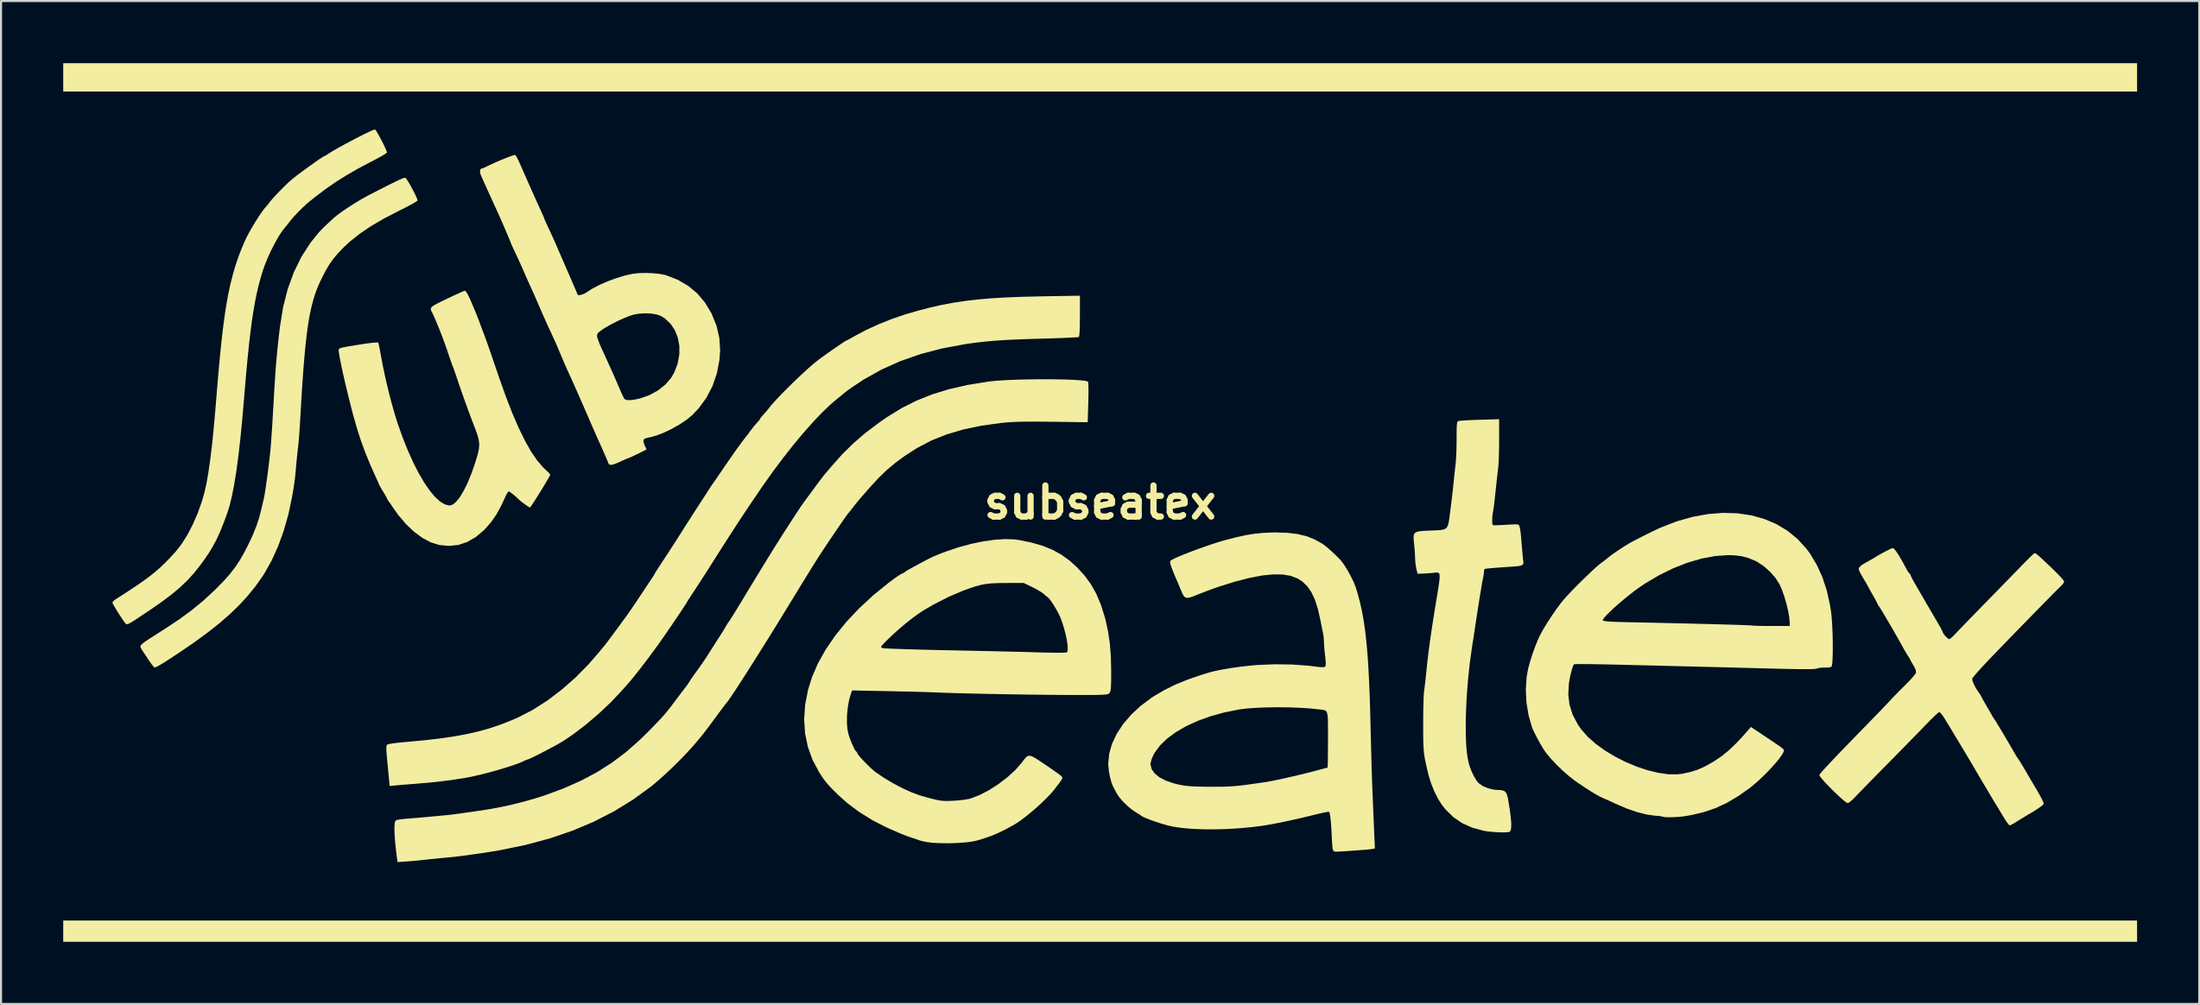
<source format=kicad_pcb>
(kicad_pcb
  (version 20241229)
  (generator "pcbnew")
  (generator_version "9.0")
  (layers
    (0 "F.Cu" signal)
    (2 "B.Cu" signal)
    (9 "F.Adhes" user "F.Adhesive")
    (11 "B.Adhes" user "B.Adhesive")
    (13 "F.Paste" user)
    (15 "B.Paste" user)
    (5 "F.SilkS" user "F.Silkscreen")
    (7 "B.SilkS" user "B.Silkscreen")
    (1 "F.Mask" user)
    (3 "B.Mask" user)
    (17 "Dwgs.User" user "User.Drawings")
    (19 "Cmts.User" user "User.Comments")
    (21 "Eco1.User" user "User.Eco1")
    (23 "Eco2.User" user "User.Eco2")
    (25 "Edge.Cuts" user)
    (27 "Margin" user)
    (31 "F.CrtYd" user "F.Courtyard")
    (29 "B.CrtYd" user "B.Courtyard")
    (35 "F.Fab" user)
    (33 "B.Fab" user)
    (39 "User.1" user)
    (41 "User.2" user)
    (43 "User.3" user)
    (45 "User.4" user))
  (footprint "subseatex"
    (layer "F.Cu")
    (at 50.018 21.199)
    (property "Reference" "subseatex" (at 0 0 0) (layer "F.SilkS") (effects (font (size 1.5 1.5) (thickness 0.3))))
    (attr board_only exclude_from_pos_files exclude_from_bom)
    (fp_poly (pts (xy 50.018 -20.515) (xy 50.018 -19.832) (xy 0 -19.832) (xy -50.018 -19.832) (xy -50.018 -20.515) (xy -50.018 -21.199) (xy 0 -21.199) (xy 50.018 -21.199)) (stroke (width 0) (type solid)) (fill yes) (layer "F.SilkS"))
    (fp_poly (pts (xy 50.018 20.686) (xy 50.018 21.199) (xy 0 21.199) (xy -50.018 21.199) (xy -50.018 20.686) (xy -50.018 20.173) (xy 0 20.173) (xy 50.018 20.173)) (stroke (width 0) (type solid)) (fill yes) (layer "F.SilkS"))
    (fp_poly (pts (xy -33.519 -15.67) (xy -33.471 -15.624) (xy -33.394 -15.51) (xy -33.297 -15.349) (xy -33.193 -15.162) (xy -33.092 -14.97) (xy -33.007 -14.793) (xy -32.948 -14.653) (xy -32.926 -14.574) (xy -32.967 -14.537) (xy -33.083 -14.465) (xy -33.261 -14.365) (xy -33.489 -14.245) (xy -33.754 -14.111) (xy -33.838 -14.07) (xy -34.558 -13.696) (xy -35.188 -13.327) (xy -35.735 -12.955) (xy -36.207 -12.577) (xy -36.493 -12.309) (xy -36.767 -12.023) (xy -36.988 -11.76) (xy -37.179 -11.491) (xy -37.36 -11.187) (xy -37.535 -10.85) (xy -37.662 -10.584) (xy -37.776 -10.313) (xy -37.879 -10.028) (xy -37.971 -9.724) (xy -38.055 -9.394) (xy -38.131 -9.029) (xy -38.201 -8.624) (xy -38.264 -8.171) (xy -38.323 -7.663) (xy -38.378 -7.094) (xy -38.431 -6.456) (xy -38.482 -5.742) (xy -38.533 -4.945) (xy -38.584 -4.058) (xy -38.59 -3.947) (xy -38.61 -3.627) (xy -38.632 -3.31) (xy -38.655 -3.021) (xy -38.677 -2.785) (xy -38.691 -2.662) (xy -38.717 -2.438) (xy -38.746 -2.161) (xy -38.774 -1.875) (xy -38.786 -1.734) (xy -38.808 -1.478) (xy -38.828 -1.27) (xy -38.85 -1.083) (xy -38.877 -0.89) (xy -38.912 -0.665) (xy -38.961 -0.382) (xy -38.984 -0.244) (xy -39.156 0.57) (xy -39.381 1.361) (xy -39.653 2.111) (xy -39.967 2.806) (xy -40.317 3.427) (xy -40.423 3.59) (xy -40.765 4.068) (xy -41.135 4.523) (xy -41.541 4.965) (xy -41.994 5.401) (xy -42.5 5.84) (xy -43.071 6.29) (xy -43.714 6.759) (xy -44.439 7.256) (xy -44.45 7.263) (xy -44.819 7.506) (xy -45.113 7.695) (xy -45.336 7.832) (xy -45.493 7.919) (xy -45.588 7.959) (xy -45.609 7.962) (xy -45.657 7.924) (xy -45.741 7.822) (xy -45.848 7.675) (xy -45.892 7.608) (xy -46.011 7.427) (xy -46.121 7.263) (xy -46.201 7.143) (xy -46.216 7.121) (xy -46.288 6.998) (xy -46.292 6.913) (xy -46.221 6.831) (xy -46.172 6.791) (xy -46.114 6.747) (xy -46.051 6.701) (xy -45.972 6.647) (xy -45.864 6.576) (xy -45.714 6.48) (xy -45.511 6.35) (xy -45.242 6.179) (xy -45.127 6.106) (xy -44.439 5.65) (xy -43.824 5.199) (xy -43.259 4.735) (xy -42.723 4.24) (xy -42.636 4.155) (xy -42.275 3.785) (xy -41.976 3.448) (xy -41.722 3.119) (xy -41.493 2.774) (xy -41.274 2.389) (xy -41.108 2.066) (xy -40.879 1.58) (xy -40.701 1.141) (xy -40.563 0.718) (xy -40.472 0.366) (xy -40.424 0.161) (xy -40.378 -0.037) (xy -40.346 -0.171) (xy -40.315 -0.322) (xy -40.277 -0.551) (xy -40.234 -0.839) (xy -40.187 -1.168) (xy -40.141 -1.517) (xy -40.097 -1.87) (xy -40.057 -2.205) (xy -40.026 -2.505) (xy -40.009 -2.687) (xy -39.992 -2.908) (xy -39.971 -3.205) (xy -39.947 -3.556) (xy -39.923 -3.941) (xy -39.9 -4.336) (xy -39.884 -4.616) (xy -39.85 -5.206) (xy -39.819 -5.716) (xy -39.79 -6.164) (xy -39.76 -6.569) (xy -39.728 -6.948) (xy -39.693 -7.319) (xy -39.654 -7.7) (xy -39.608 -8.109) (xy -39.565 -8.474) (xy -39.413 -9.42) (xy -39.189 -10.3) (xy -38.893 -11.113) (xy -38.526 -11.86) (xy -38.087 -12.541) (xy -37.709 -13.009) (xy -37.608 -13.12) (xy -37.493 -13.238) (xy -37.35 -13.377) (xy -37.162 -13.553) (xy -36.977 -13.724) (xy -36.806 -13.865) (xy -36.569 -14.038) (xy -36.288 -14.229) (xy -35.983 -14.425) (xy -35.675 -14.612) (xy -35.385 -14.777) (xy -35.267 -14.839) (xy -34.826 -15.065) (xy -34.464 -15.249) (xy -34.174 -15.395) (xy -33.947 -15.506) (xy -33.776 -15.585) (xy -33.654 -15.637) (xy -33.572 -15.664) (xy -33.525 -15.671)) (stroke (width 0) (type solid)) (fill yes) (layer "F.SilkS"))
    (fp_poly (pts (xy -34.93 -17.945) (xy -34.854 -17.822) (xy -34.76 -17.655) (xy -34.66 -17.465) (xy -34.562 -17.273) (xy -34.48 -17.099) (xy -34.423 -16.964) (xy -34.401 -16.89) (xy -34.402 -16.885) (xy -34.451 -16.844) (xy -34.573 -16.768) (xy -34.753 -16.665) (xy -34.976 -16.544) (xy -35.176 -16.44) (xy -35.795 -16.113) (xy -36.346 -15.797) (xy -36.855 -15.477) (xy -37.348 -15.136) (xy -37.851 -14.757) (xy -38.122 -14.541) (xy -38.313 -14.377) (xy -38.525 -14.177) (xy -38.735 -13.965) (xy -38.919 -13.767) (xy -39.052 -13.607) (xy -39.054 -13.604) (xy -39.167 -13.458) (xy -39.277 -13.324) (xy -39.311 -13.286) (xy -39.466 -13.088) (xy -39.64 -12.817) (xy -39.822 -12.494) (xy -40.002 -12.139) (xy -40.169 -11.772) (xy -40.312 -11.413) (xy -40.391 -11.186) (xy -40.497 -10.834) (xy -40.595 -10.471) (xy -40.685 -10.087) (xy -40.768 -9.675) (xy -40.846 -9.226) (xy -40.921 -8.732) (xy -40.992 -8.184) (xy -41.062 -7.575) (xy -41.131 -6.895) (xy -41.201 -6.138) (xy -41.273 -5.293) (xy -41.298 -4.982) (xy -41.386 -3.972) (xy -41.476 -3.057) (xy -41.57 -2.237) (xy -41.668 -1.509) (xy -41.771 -0.872) (xy -41.877 -0.325) (xy -41.988 0.136) (xy -42.104 0.51) (xy -42.107 0.517) (xy -42.289 1.007) (xy -42.457 1.423) (xy -42.624 1.787) (xy -42.801 2.12) (xy -42.997 2.442) (xy -43.225 2.776) (xy -43.428 3.053) (xy -43.712 3.41) (xy -44.017 3.745) (xy -44.356 4.07) (xy -44.741 4.397) (xy -45.186 4.736) (xy -45.703 5.1) (xy -45.867 5.211) (xy -46.185 5.424) (xy -46.433 5.589) (xy -46.62 5.71) (xy -46.756 5.793) (xy -46.85 5.844) (xy -46.914 5.869) (xy -46.956 5.872) (xy -46.987 5.86) (xy -47.006 5.846) (xy -47.058 5.785) (xy -47.147 5.659) (xy -47.258 5.491) (xy -47.38 5.3) (xy -47.497 5.108) (xy -47.597 4.936) (xy -47.628 4.88) (xy -47.642 4.824) (xy -47.611 4.767) (xy -47.52 4.693) (xy -47.394 4.609) (xy -46.912 4.299) (xy -46.502 4.027) (xy -46.152 3.785) (xy -45.848 3.561) (xy -45.58 3.346) (xy -45.332 3.13) (xy -45.095 2.903) (xy -44.854 2.654) (xy -44.598 2.374) (xy -44.592 2.369) (xy -44.306 2.003) (xy -44.027 1.558) (xy -43.765 1.053) (xy -43.528 0.507) (xy -43.326 -0.062) (xy -43.201 -0.502) (xy -43.108 -0.921) (xy -43.018 -1.436) (xy -42.93 -2.046) (xy -42.844 -2.753) (xy -42.761 -3.556) (xy -42.681 -4.457) (xy -42.644 -4.909) (xy -42.569 -5.821) (xy -42.497 -6.642) (xy -42.426 -7.383) (xy -42.354 -8.049) (xy -42.281 -8.65) (xy -42.205 -9.194) (xy -42.125 -9.688) (xy -42.04 -10.14) (xy -41.948 -10.558) (xy -41.849 -10.951) (xy -41.742 -11.327) (xy -41.638 -11.652) (xy -41.534 -11.945) (xy -41.411 -12.259) (xy -41.287 -12.555) (xy -41.185 -12.775) (xy -41.059 -13.016) (xy -40.907 -13.282) (xy -40.743 -13.554) (xy -40.58 -13.811) (xy -40.43 -14.031) (xy -40.307 -14.194) (xy -40.268 -14.239) (xy -40.179 -14.341) (xy -40.073 -14.475) (xy -40.046 -14.51) (xy -39.938 -14.642) (xy -39.777 -14.819) (xy -39.584 -15.022) (xy -39.378 -15.229) (xy -39.181 -15.42) (xy -39.042 -15.547) (xy -38.928 -15.641) (xy -38.765 -15.769) (xy -38.567 -15.918) (xy -38.348 -16.08) (xy -38.124 -16.243) (xy -37.909 -16.396) (xy -37.718 -16.529) (xy -37.566 -16.632) (xy -37.467 -16.693) (xy -37.438 -16.705) (xy -37.384 -16.731) (xy -37.279 -16.795) (xy -37.205 -16.844) (xy -37.062 -16.934) (xy -36.865 -17.05) (xy -36.629 -17.182) (xy -36.366 -17.325) (xy -36.092 -17.471) (xy -35.819 -17.613) (xy -35.563 -17.743) (xy -35.336 -17.854) (xy -35.154 -17.939) (xy -35.03 -17.991) (xy -34.978 -18.002)) (stroke (width 0) (type solid)) (fill yes) (layer "F.SilkS"))
    (fp_poly (pts (xy -30.589 -10.177) (xy -30.51 -10.049) (xy -30.411 -9.85) (xy -30.305 -9.608) (xy -30.23 -9.426) (xy -30.159 -9.258) (xy -30.117 -9.159) (xy -30.069 -9.041) (xy -30.001 -8.867) (xy -29.927 -8.672) (xy -29.918 -8.646) (xy -29.834 -8.419) (xy -29.745 -8.181) (xy -29.672 -7.986) (xy -29.612 -7.824) (xy -29.532 -7.599) (xy -29.442 -7.341) (xy -29.353 -7.083) (xy -29.256 -6.798) (xy -29.152 -6.492) (xy -29.054 -6.206) (xy -28.986 -6.008) (xy -28.664 -5.104) (xy -28.35 -4.297) (xy -28.042 -3.586) (xy -27.741 -2.972) (xy -27.447 -2.454) (xy -27.16 -2.031) (xy -26.878 -1.703) (xy -26.797 -1.625) (xy -26.666 -1.502) (xy -26.57 -1.403) (xy -26.525 -1.347) (xy -26.523 -1.343) (xy -26.548 -1.288) (xy -26.614 -1.169) (xy -26.713 -1) (xy -26.835 -0.797) (xy -26.969 -0.577) (xy -27.107 -0.355) (xy -27.238 -0.147) (xy -27.353 0.031) (xy -27.442 0.164) (xy -27.495 0.236) (xy -27.505 0.244) (xy -27.557 0.217) (xy -27.66 0.149) (xy -27.786 0.059) (xy -27.91 -0.034) (xy -28.004 -0.11) (xy -28.038 -0.142) (xy -28.116 -0.22) (xy -28.229 -0.32) (xy -28.352 -0.42) (xy -28.459 -0.499) (xy -28.524 -0.537) (xy -28.528 -0.537) (xy -28.574 -0.496) (xy -28.638 -0.391) (xy -28.678 -0.305) (xy -28.898 0.172) (xy -29.121 0.573) (xy -29.359 0.92) (xy -29.625 1.232) (xy -29.721 1.331) (xy -30.115 1.665) (xy -30.529 1.904) (xy -30.963 2.048) (xy -31.417 2.095) (xy -31.888 2.048) (xy -32.283 1.925) (xy -32.686 1.712) (xy -33.087 1.418) (xy -33.477 1.05) (xy -33.848 0.614) (xy -34.064 0.312) (xy -34.175 0.148) (xy -34.269 0.012) (xy -34.33 -0.072) (xy -34.339 -0.083) (xy -34.382 -0.151) (xy -34.388 -0.17) (xy -34.411 -0.222) (xy -34.474 -0.334) (xy -34.563 -0.485) (xy -34.583 -0.519) (xy -34.676 -0.673) (xy -34.745 -0.792) (xy -34.777 -0.853) (xy -34.778 -0.856) (xy -34.797 -0.905) (xy -34.847 -1.019) (xy -34.917 -1.173) (xy -34.921 -1.181) (xy -35.207 -1.821) (xy -35.45 -2.415) (xy -35.663 -2.997) (xy -35.855 -3.597) (xy -36.04 -4.248) (xy -36.12 -4.556) (xy -36.238 -5.022) (xy -36.349 -5.478) (xy -36.451 -5.911) (xy -36.541 -6.31) (xy -36.616 -6.664) (xy -36.675 -6.961) (xy -36.714 -7.189) (xy -36.732 -7.336) (xy -36.732 -7.357) (xy -36.726 -7.393) (xy -36.701 -7.424) (xy -36.642 -7.452) (xy -36.539 -7.48) (xy -36.377 -7.513) (xy -36.146 -7.553) (xy -35.832 -7.604) (xy -35.793 -7.61) (xy -35.445 -7.664) (xy -35.167 -7.7) (xy -34.967 -7.72) (xy -34.851 -7.721) (xy -34.824 -7.713) (xy -34.804 -7.647) (xy -34.773 -7.508) (xy -34.735 -7.317) (xy -34.708 -7.166) (xy -34.597 -6.577) (xy -34.465 -5.959) (xy -34.318 -5.338) (xy -34.163 -4.741) (xy -34.007 -4.195) (xy -33.893 -3.834) (xy -33.652 -3.154) (xy -33.4 -2.523) (xy -33.141 -1.945) (xy -32.878 -1.427) (xy -32.613 -0.974) (xy -32.351 -0.59) (xy -32.095 -0.281) (xy -31.848 -0.052) (xy -31.612 0.092) (xy -31.392 0.146) (xy -31.377 0.147) (xy -31.227 0.1) (xy -31.063 -0.036) (xy -30.889 -0.254) (xy -30.711 -0.548) (xy -30.53 -0.909) (xy -30.353 -1.331) (xy -30.182 -1.808) (xy -30.091 -2.096) (xy -30.01 -2.382) (xy -29.963 -2.615) (xy -29.951 -2.823) (xy -29.976 -3.032) (xy -30.039 -3.267) (xy -30.143 -3.554) (xy -30.188 -3.67) (xy -30.322 -4.018) (xy -30.476 -4.431) (xy -30.639 -4.883) (xy -30.803 -5.346) (xy -30.957 -5.792) (xy -31.07 -6.13) (xy -31.129 -6.302) (xy -31.181 -6.448) (xy -31.211 -6.521) (xy -31.247 -6.613) (xy -31.302 -6.768) (xy -31.366 -6.953) (xy -31.377 -6.985) (xy -31.509 -7.378) (xy -31.625 -7.706) (xy -31.733 -7.999) (xy -31.845 -8.286) (xy -31.971 -8.596) (xy -31.972 -8.597) (xy -32.064 -8.816) (xy -32.146 -9.003) (xy -32.209 -9.139) (xy -32.245 -9.204) (xy -32.246 -9.205) (xy -32.28 -9.289) (xy -32.287 -9.356) (xy -32.274 -9.4) (xy -32.227 -9.45) (xy -32.135 -9.513) (xy -31.987 -9.595) (xy -31.771 -9.704) (xy -31.485 -9.842) (xy -31.227 -9.963) (xy -30.999 -10.069) (xy -30.815 -10.152) (xy -30.692 -10.205) (xy -30.643 -10.222)) (stroke (width 0) (type solid)) (fill yes) (layer "F.SilkS"))
    (fp_poly (pts (xy 19.246 -3.024) (xy 19.243 -2.693) (xy 19.237 -2.369) (xy 19.227 -2.074) (xy 19.214 -1.832) (xy 19.2 -1.664) (xy 19.199 -1.661) (xy 19.177 -1.48) (xy 19.148 -1.23) (xy 19.116 -0.939) (xy 19.084 -0.635) (xy 19.071 -0.513) (xy 19.041 -0.235) (xy 19.011 0.018) (xy 18.985 0.227) (xy 18.963 0.371) (xy 18.955 0.415) (xy 18.929 0.567) (xy 18.914 0.74) (xy 18.91 0.905) (xy 18.918 1.032) (xy 18.939 1.091) (xy 19.001 1.098) (xy 19.14 1.097) (xy 19.333 1.09) (xy 19.54 1.078) (xy 19.767 1.065) (xy 19.961 1.057) (xy 20.098 1.056) (xy 20.156 1.061) (xy 20.198 1.092) (xy 20.231 1.161) (xy 20.259 1.28) (xy 20.284 1.465) (xy 20.309 1.727) (xy 20.319 1.856) (xy 20.341 2.118) (xy 20.364 2.379) (xy 20.385 2.604) (xy 20.397 2.721) (xy 20.411 2.832) (xy 20.417 2.916) (xy 20.402 2.978) (xy 20.356 3.022) (xy 20.266 3.053) (xy 20.122 3.075) (xy 19.911 3.093) (xy 19.622 3.113) (xy 19.394 3.128) (xy 19.122 3.148) (xy 18.885 3.167) (xy 18.7 3.185) (xy 18.583 3.199) (xy 18.551 3.206) (xy 18.521 3.268) (xy 18.513 3.348) (xy 18.501 3.471) (xy 18.473 3.631) (xy 18.464 3.675) (xy 18.441 3.788) (xy 18.406 3.984) (xy 18.362 4.248) (xy 18.31 4.567) (xy 18.253 4.926) (xy 18.193 5.312) (xy 18.132 5.71) (xy 18.072 6.106) (xy 18.072 6.106) (xy 18.043 6.3) (xy 18.005 6.549) (xy 17.964 6.809) (xy 17.947 6.912) (xy 17.832 7.731) (xy 17.741 8.588) (xy 17.676 9.447) (xy 17.64 10.272) (xy 17.634 10.722) (xy 17.639 11.236) (xy 17.655 11.667) (xy 17.684 12.029) (xy 17.727 12.335) (xy 17.786 12.601) (xy 17.83 12.749) (xy 17.925 12.996) (xy 18.042 13.233) (xy 18.164 13.432) (xy 18.259 13.544) (xy 18.46 13.685) (xy 18.722 13.794) (xy 19.009 13.859) (xy 19.191 13.872) (xy 19.384 13.885) (xy 19.514 13.933) (xy 19.598 14.035) (xy 19.654 14.207) (xy 19.68 14.336) (xy 19.76 14.824) (xy 19.81 15.22) (xy 19.832 15.524) (xy 19.823 15.738) (xy 19.786 15.862) (xy 19.746 15.896) (xy 19.627 15.913) (xy 19.437 15.919) (xy 19.204 15.913) (xy 18.955 15.898) (xy 18.715 15.875) (xy 18.512 15.844) (xy 18.494 15.841) (xy 17.948 15.691) (xy 17.47 15.478) (xy 17.051 15.195) (xy 16.679 14.835) (xy 16.499 14.611) (xy 16.302 14.304) (xy 16.115 13.933) (xy 15.956 13.534) (xy 15.837 13.14) (xy 15.837 13.14) (xy 15.762 12.827) (xy 15.704 12.569) (xy 15.659 12.345) (xy 15.627 12.137) (xy 15.605 11.925) (xy 15.592 11.692) (xy 15.585 11.417) (xy 15.582 11.083) (xy 15.582 10.673) (xy 15.583 10.308) (xy 15.588 9.96) (xy 15.596 9.647) (xy 15.605 9.385) (xy 15.616 9.189) (xy 15.627 9.084) (xy 15.65 8.924) (xy 15.677 8.698) (xy 15.706 8.441) (xy 15.727 8.229) (xy 15.783 7.686) (xy 15.853 7.11) (xy 15.938 6.488) (xy 16.041 5.803) (xy 16.162 5.043) (xy 16.199 4.818) (xy 16.268 4.403) (xy 16.321 4.075) (xy 16.357 3.824) (xy 16.375 3.64) (xy 16.375 3.513) (xy 16.356 3.433) (xy 16.317 3.391) (xy 16.258 3.378) (xy 16.177 3.382) (xy 16.095 3.392) (xy 15.933 3.408) (xy 15.729 3.422) (xy 15.606 3.428) (xy 15.313 3.439) (xy 15.256 3.221) (xy 15.223 3.045) (xy 15.2 2.832) (xy 15.194 2.711) (xy 15.186 2.52) (xy 15.17 2.278) (xy 15.147 2.031) (xy 15.142 1.978) (xy 15.121 1.764) (xy 15.121 1.609) (xy 15.153 1.503) (xy 15.23 1.434) (xy 15.366 1.394) (xy 15.572 1.372) (xy 15.861 1.357) (xy 15.908 1.355) (xy 16.208 1.344) (xy 16.43 1.329) (xy 16.587 1.298) (xy 16.694 1.238) (xy 16.763 1.137) (xy 16.809 0.979) (xy 16.845 0.754) (xy 16.884 0.447) (xy 16.889 0.408) (xy 16.93 0.083) (xy 16.972 -0.259) (xy 17.009 -0.583) (xy 17.039 -0.858) (xy 17.049 -0.953) (xy 17.076 -1.224) (xy 17.106 -1.51) (xy 17.135 -1.766) (xy 17.147 -1.876) (xy 17.164 -2.062) (xy 17.177 -2.318) (xy 17.188 -2.616) (xy 17.193 -2.928) (xy 17.194 -3.08) (xy 17.195 -3.383) (xy 17.198 -3.602) (xy 17.206 -3.752) (xy 17.22 -3.846) (xy 17.24 -3.9) (xy 17.269 -3.926) (xy 17.279 -3.931) (xy 17.353 -3.943) (xy 17.508 -3.956) (xy 17.727 -3.969) (xy 17.994 -3.981) (xy 18.291 -3.992) (xy 18.305 -3.992) (xy 19.245 -4.02)) (stroke (width 0) (type solid)) (fill yes) (layer "F.SilkS"))
    (fp_poly (pts (xy -28.218 -16.774) (xy -28.176 -16.722) (xy -28.107 -16.599) (xy -28.023 -16.425) (xy -27.956 -16.276) (xy -27.861 -16.056) (xy -27.735 -15.77) (xy -27.588 -15.439) (xy -27.431 -15.086) (xy -27.273 -14.733) (xy -27.124 -14.402) (xy -26.993 -14.116) (xy -26.933 -13.985) (xy -26.87 -13.843) (xy -26.827 -13.741) (xy -26.817 -13.706) (xy -26.797 -13.654) (xy -26.744 -13.533) (xy -26.666 -13.363) (xy -26.591 -13.203) (xy -26.479 -12.963) (xy -26.366 -12.715) (xy -26.269 -12.498) (xy -26.23 -12.407) (xy -26.17 -12.267) (xy -26.079 -12.057) (xy -25.965 -11.793) (xy -25.835 -11.494) (xy -25.699 -11.18) (xy -25.649 -11.066) (xy -25.522 -10.773) (xy -25.409 -10.512) (xy -25.316 -10.295) (xy -25.248 -10.134) (xy -25.21 -10.044) (xy -25.205 -10.028) (xy -25.166 -10.005) (xy -25.069 -10.015) (xy -24.948 -10.05) (xy -24.833 -10.102) (xy -24.794 -10.128) (xy -24.51 -10.313) (xy -24.154 -10.499) (xy -23.753 -10.675) (xy -23.332 -10.83) (xy -22.918 -10.955) (xy -22.535 -11.039) (xy -22.518 -11.042) (xy -22.24 -11.07) (xy -21.916 -11.077) (xy -21.58 -11.064) (xy -21.264 -11.033) (xy -21.002 -10.985) (xy -20.94 -10.968) (xy -20.374 -10.748) (xy -19.872 -10.455) (xy -19.435 -10.09) (xy -19.063 -9.651) (xy -18.755 -9.138) (xy -18.732 -9.09) (xy -18.503 -8.52) (xy -18.37 -7.941) (xy -18.331 -7.345) (xy -18.363 -6.887) (xy -18.488 -6.231) (xy -18.699 -5.619) (xy -18.992 -5.055) (xy -19.367 -4.543) (xy -19.683 -4.212) (xy -19.953 -3.991) (xy -20.285 -3.769) (xy -20.653 -3.56) (xy -21.031 -3.377) (xy -21.392 -3.236) (xy -21.688 -3.153) (xy -21.867 -3.114) (xy -21.97 -3.079) (xy -22.017 -3.036) (xy -22.029 -2.974) (xy -22.029 -2.964) (xy -22.007 -2.844) (xy -21.956 -2.718) (xy -21.906 -2.618) (xy -21.883 -2.566) (xy -21.883 -2.565) (xy -21.923 -2.539) (xy -22.029 -2.484) (xy -22.177 -2.41) (xy -22.344 -2.328) (xy -22.506 -2.251) (xy -22.641 -2.189) (xy -22.724 -2.154) (xy -22.739 -2.149) (xy -22.793 -2.13) (xy -22.913 -2.078) (xy -23.075 -2.005) (xy -23.132 -1.978) (xy -23.37 -1.874) (xy -23.537 -1.821) (xy -23.646 -1.818) (xy -23.707 -1.861) (xy -23.72 -1.893) (xy -23.757 -1.989) (xy -23.833 -2.169) (xy -23.946 -2.429) (xy -24.095 -2.764) (xy -24.277 -3.17) (xy -24.279 -3.175) (xy -24.375 -3.392) (xy -24.494 -3.661) (xy -24.618 -3.947) (xy -24.717 -4.176) (xy -24.882 -4.558) (xy -25.062 -4.968) (xy -25.244 -5.381) (xy -25.419 -5.773) (xy -25.575 -6.118) (xy -25.669 -6.326) (xy -25.763 -6.535) (xy -25.874 -6.788) (xy -25.981 -7.04) (xy -26.009 -7.107) (xy -26.106 -7.34) (xy -26.186 -7.529) (xy -26.262 -7.702) (xy -26.345 -7.887) (xy -26.428 -8.065) (xy -24.27 -8.065) (xy -24.262 -7.994) (xy -24.23 -7.879) (xy -24.166 -7.707) (xy -24.084 -7.511) (xy -24.056 -7.449) (xy -23.956 -7.234) (xy -23.857 -7.018) (xy -23.777 -6.841) (xy -23.765 -6.814) (xy -23.678 -6.622) (xy -23.588 -6.422) (xy -23.555 -6.35) (xy -23.495 -6.215) (xy -23.408 -6.018) (xy -23.309 -5.789) (xy -23.225 -5.593) (xy -23.131 -5.377) (xy -23.047 -5.192) (xy -22.982 -5.058) (xy -22.946 -4.995) (xy -22.848 -4.946) (xy -22.672 -4.938) (xy -22.428 -4.97) (xy -22.19 -5.024) (xy -21.737 -5.184) (xy -21.328 -5.409) (xy -20.977 -5.688) (xy -20.696 -6.013) (xy -20.54 -6.28) (xy -20.38 -6.707) (xy -20.3 -7.136) (xy -20.298 -7.554) (xy -20.37 -7.95) (xy -20.513 -8.312) (xy -20.726 -8.629) (xy -21.004 -8.888) (xy -21.178 -8.997) (xy -21.383 -9.072) (xy -21.653 -9.117) (xy -21.956 -9.13) (xy -22.264 -9.109) (xy -22.518 -9.062) (xy -22.742 -8.989) (xy -23.018 -8.876) (xy -23.319 -8.736) (xy -23.615 -8.584) (xy -23.879 -8.433) (xy -24.054 -8.318) (xy -24.186 -8.216) (xy -24.252 -8.141) (xy -24.27 -8.065) (xy -26.428 -8.065) (xy -26.448 -8.109) (xy -26.561 -8.353) (xy -26.674 -8.597) (xy -26.805 -8.889) (xy -26.936 -9.187) (xy -27.02 -9.378) (xy -27.116 -9.603) (xy -27.202 -9.801) (xy -27.268 -9.953) (xy -27.305 -10.037) (xy -27.306 -10.038) (xy -27.345 -10.126) (xy -27.413 -10.276) (xy -27.497 -10.46) (xy -27.527 -10.526) (xy -27.627 -10.749) (xy -27.729 -10.98) (xy -27.813 -11.174) (xy -27.823 -11.199) (xy -27.895 -11.363) (xy -27.994 -11.582) (xy -28.106 -11.824) (xy -28.185 -11.994) (xy -28.281 -12.197) (xy -28.359 -12.366) (xy -28.411 -12.483) (xy -28.428 -12.528) (xy -28.447 -12.58) (xy -28.496 -12.702) (xy -28.569 -12.876) (xy -28.657 -13.084) (xy -28.753 -13.307) (xy -28.848 -13.525) (xy -28.934 -13.721) (xy -28.98 -13.823) (xy -29.041 -13.957) (xy -29.132 -14.158) (xy -29.246 -14.408) (xy -29.372 -14.684) (xy -29.475 -14.911) (xy -29.597 -15.18) (xy -29.708 -15.426) (xy -29.799 -15.631) (xy -29.864 -15.78) (xy -29.894 -15.851) (xy -29.918 -15.982) (xy -29.893 -16.082) (xy -29.828 -16.12) (xy -29.749 -16.141) (xy -29.633 -16.193) (xy -29.625 -16.198) (xy -29.466 -16.277) (xy -29.265 -16.369) (xy -29.04 -16.468) (xy -28.811 -16.564) (xy -28.595 -16.65) (xy -28.412 -16.719) (xy -28.28 -16.763) (xy -28.218 -16.774)) (stroke (width 0) (type solid)) (fill yes) (layer "F.SilkS"))
    (fp_poly (pts (xy -2.187 -5.945) (xy -1.789 -5.938) (xy -1.428 -5.926) (xy -1.116 -5.909) (xy -0.865 -5.889) (xy -0.686 -5.864) (xy -0.591 -5.835) (xy -0.584 -5.829) (xy -0.573 -5.77) (xy -0.566 -5.628) (xy -0.563 -5.421) (xy -0.565 -5.162) (xy -0.571 -4.868) (xy -0.572 -4.831) (xy -0.601 -3.873) (xy -2.315 -3.896) (xy -2.829 -3.901) (xy -3.26 -3.903) (xy -3.623 -3.901) (xy -3.933 -3.895) (xy -4.206 -3.884) (xy -4.455 -3.868) (xy -4.696 -3.847) (xy -4.781 -3.838) (xy -5.731 -3.707) (xy -6.603 -3.524) (xy -7.402 -3.286) (xy -8.134 -2.994) (xy -8.804 -2.644) (xy -8.921 -2.573) (xy -9.426 -2.246) (xy -9.866 -1.925) (xy -10.268 -1.589) (xy -10.658 -1.215) (xy -11.062 -0.781) (xy -11.153 -0.678) (xy -11.353 -0.449) (xy -11.503 -0.277) (xy -11.617 -0.145) (xy -11.708 -0.036) (xy -11.791 0.066) (xy -11.879 0.178) (xy -11.968 0.293) (xy -12.065 0.417) (xy -12.139 0.507) (xy -12.165 0.537) (xy -12.203 0.587) (xy -12.287 0.704) (xy -12.406 0.876) (xy -12.552 1.087) (xy -12.715 1.325) (xy -12.886 1.577) (xy -13.056 1.828) (xy -13.215 2.064) (xy -13.314 2.214) (xy -13.411 2.361) (xy -13.507 2.508) (xy -13.607 2.663) (xy -13.716 2.835) (xy -13.84 3.033) (xy -13.983 3.263) (xy -14.152 3.536) (xy -14.35 3.86) (xy -14.585 4.242) (xy -14.86 4.692) (xy -15.152 5.17) (xy -15.46 5.672) (xy -15.77 6.174) (xy -16.078 6.67) (xy -16.38 7.152) (xy -16.671 7.614) (xy -16.946 8.047) (xy -17.2 8.445) (xy -17.429 8.799) (xy -17.628 9.104) (xy -17.793 9.351) (xy -17.919 9.534) (xy -18 9.644) (xy -18.025 9.672) (xy -18.062 9.717) (xy -18.146 9.828) (xy -18.268 9.989) (xy -18.416 10.188) (xy -18.515 10.322) (xy -18.737 10.623) (xy -18.914 10.861) (xy -19.058 11.051) (xy -19.179 11.207) (xy -19.291 11.346) (xy -19.405 11.482) (xy -19.533 11.631) (xy -19.688 11.807) (xy -19.733 11.858) (xy -20.024 12.174) (xy -20.36 12.519) (xy -20.719 12.869) (xy -21.079 13.204) (xy -21.417 13.502) (xy -21.663 13.705) (xy -22.532 14.338) (xy -23.451 14.904) (xy -24.425 15.404) (xy -25.458 15.839) (xy -26.555 16.213) (xy -27.72 16.526) (xy -28.959 16.781) (xy -29.698 16.901) (xy -30.104 16.96) (xy -30.435 17.007) (xy -30.711 17.045) (xy -30.953 17.075) (xy -31.183 17.101) (xy -31.421 17.126) (xy -31.628 17.145) (xy -31.906 17.172) (xy -32.196 17.201) (xy -32.457 17.228) (xy -32.605 17.245) (xy -32.848 17.27) (xy -33.133 17.296) (xy -33.405 17.319) (xy -33.443 17.321) (xy -33.891 17.354) (xy -33.921 17.139) (xy -33.977 16.688) (xy -34.016 16.287) (xy -34.038 15.945) (xy -34.042 15.672) (xy -34.029 15.475) (xy -33.996 15.362) (xy -33.983 15.347) (xy -33.906 15.318) (xy -33.761 15.291) (xy -33.578 15.27) (xy -33.556 15.268) (xy -33.376 15.254) (xy -33.124 15.233) (xy -32.822 15.207) (xy -32.495 15.178) (xy -32.167 15.148) (xy -31.861 15.119) (xy -31.6 15.095) (xy -31.409 15.075) (xy -31.384 15.073) (xy -31.2 15.05) (xy -30.944 15.017) (xy -30.641 14.974) (xy -30.313 14.928) (xy -29.986 14.88) (xy -29.685 14.834) (xy -29.432 14.794) (xy -29.332 14.777) (xy -28.64 14.642) (xy -27.917 14.467) (xy -27.211 14.268) (xy -26.817 14.141) (xy -25.892 13.8) (xy -25.049 13.427) (xy -24.272 13.015) (xy -23.548 12.554) (xy -22.863 12.037) (xy -22.203 11.454) (xy -21.883 11.141) (xy -21.601 10.855) (xy -21.375 10.622) (xy -21.193 10.429) (xy -21.042 10.262) (xy -20.908 10.104) (xy -20.779 9.943) (xy -20.642 9.763) (xy -20.61 9.72) (xy -20.478 9.544) (xy -20.366 9.395) (xy -20.288 9.292) (xy -20.261 9.256) (xy -20.056 8.989) (xy -19.904 8.785) (xy -19.811 8.648) (xy -19.793 8.616) (xy -19.742 8.535) (xy -19.648 8.397) (xy -19.525 8.225) (xy -19.431 8.095) (xy -19.276 7.879) (xy -19.118 7.65) (xy -18.982 7.446) (xy -18.931 7.367) (xy -18.821 7.191) (xy -18.678 6.968) (xy -18.526 6.731) (xy -18.438 6.594) (xy -18.305 6.388) (xy -18.184 6.194) (xy -18.089 6.037) (xy -18.044 5.959) (xy -17.977 5.844) (xy -17.926 5.771) (xy -17.918 5.763) (xy -17.885 5.716) (xy -17.808 5.596) (xy -17.694 5.414) (xy -17.549 5.18) (xy -17.381 4.904) (xy -17.194 4.597) (xy -17.131 4.493) (xy -16.779 3.912) (xy -16.469 3.403) (xy -16.195 2.953) (xy -15.947 2.55) (xy -15.719 2.182) (xy -15.502 1.838) (xy -15.29 1.504) (xy -15.074 1.168) (xy -14.848 0.819) (xy -14.602 0.443) (xy -14.458 0.224) (xy -14.394 0.131) (xy -14.292 -0.011) (xy -14.172 -0.175) (xy -14.153 -0.2) (xy -14.031 -0.367) (xy -13.92 -0.517) (xy -13.843 -0.623) (xy -13.836 -0.633) (xy -13.747 -0.755) (xy -13.633 -0.908) (xy -13.511 -1.07) (xy -13.396 -1.221) (xy -13.303 -1.341) (xy -13.248 -1.409) (xy -13.241 -1.417) (xy -13.198 -1.463) (xy -13.11 -1.565) (xy -12.995 -1.702) (xy -12.969 -1.734) (xy -12.452 -2.316) (xy -11.909 -2.852) (xy -11.323 -3.357) (xy -10.671 -3.85) (xy -10.252 -4.139) (xy -9.564 -4.561) (xy -8.844 -4.922) (xy -8.083 -5.225) (xy -7.268 -5.474) (xy -6.388 -5.674) (xy -5.432 -5.828) (xy -5.324 -5.842) (xy -5.045 -5.871) (xy -4.71 -5.895) (xy -4.332 -5.915) (xy -3.921 -5.93) (xy -3.489 -5.94) (xy -3.049 -5.946) (xy -2.611 -5.948)) (stroke (width 0) (type solid)) (fill yes) (layer "F.SilkS"))
    (fp_poly (pts (xy 30.74 0.521) (xy 31.406 0.62) (xy 32.036 0.794) (xy 32.622 1.044) (xy 33.161 1.368) (xy 33.646 1.766) (xy 34.072 2.235) (xy 34.251 2.481) (xy 34.577 3.027) (xy 34.841 3.61) (xy 35.049 4.246) (xy 35.205 4.949) (xy 35.251 5.227) (xy 35.278 5.453) (xy 35.3 5.729) (xy 35.318 6.04) (xy 35.331 6.37) (xy 35.338 6.704) (xy 35.34 7.026) (xy 35.337 7.321) (xy 35.328 7.574) (xy 35.313 7.769) (xy 35.293 7.891) (xy 35.278 7.921) (xy 35.192 7.955) (xy 35.039 7.969) (xy 34.953 7.967) (xy 34.782 7.971) (xy 34.637 7.992) (xy 34.581 8.012) (xy 34.53 8.025) (xy 34.429 8.035) (xy 34.273 8.041) (xy 34.054 8.043) (xy 33.766 8.042) (xy 33.402 8.036) (xy 32.956 8.027) (xy 32.419 8.014) (xy 32.295 8.011) (xy 31.621 7.993) (xy 30.955 7.976) (xy 30.285 7.958) (xy 29.598 7.941) (xy 28.882 7.923) (xy 28.125 7.904) (xy 27.316 7.884) (xy 26.441 7.862) (xy 25.49 7.839) (xy 24.765 7.821) (xy 24.346 7.812) (xy 23.958 7.805) (xy 23.611 7.8) (xy 23.317 7.798) (xy 23.086 7.798) (xy 22.929 7.801) (xy 22.857 7.806) (xy 22.854 7.808) (xy 22.81 7.891) (xy 22.758 8.048) (xy 22.704 8.253) (xy 22.653 8.485) (xy 22.613 8.718) (xy 22.58 9.249) (xy 22.639 9.755) (xy 22.792 10.241) (xy 23.041 10.711) (xy 23.219 10.966) (xy 23.529 11.315) (xy 23.91 11.651) (xy 24.349 11.968) (xy 24.831 12.259) (xy 25.342 12.519) (xy 25.868 12.74) (xy 26.394 12.917) (xy 26.907 13.043) (xy 27.391 13.113) (xy 27.833 13.119) (xy 28.071 13.091) (xy 28.439 13.013) (xy 28.749 12.92) (xy 29.044 12.798) (xy 29.254 12.693) (xy 29.621 12.483) (xy 29.958 12.256) (xy 30.282 11.997) (xy 30.608 11.693) (xy 30.954 11.33) (xy 31.248 10.996) (xy 31.389 10.831) (xy 31.973 11.22) (xy 32.28 11.425) (xy 32.516 11.584) (xy 32.691 11.703) (xy 32.814 11.789) (xy 32.895 11.85) (xy 32.945 11.893) (xy 32.973 11.925) (xy 32.982 11.94) (xy 32.975 12.02) (xy 32.904 12.154) (xy 32.78 12.33) (xy 32.612 12.539) (xy 32.409 12.768) (xy 32.183 13.008) (xy 31.941 13.248) (xy 31.696 13.476) (xy 31.455 13.682) (xy 31.31 13.795) (xy 30.751 14.187) (xy 30.215 14.503) (xy 29.677 14.751) (xy 29.116 14.942) (xy 28.51 15.085) (xy 28.184 15.141) (xy 27.995 15.164) (xy 27.78 15.18) (xy 27.564 15.189) (xy 27.371 15.19) (xy 27.225 15.182) (xy 27.15 15.165) (xy 27.147 15.163) (xy 27.088 15.147) (xy 26.958 15.129) (xy 26.783 15.114) (xy 26.76 15.113) (xy 26.356 15.057) (xy 25.894 14.939) (xy 25.386 14.762) (xy 24.846 14.531) (xy 24.741 14.481) (xy 24.555 14.394) (xy 24.386 14.318) (xy 24.268 14.268) (xy 24.261 14.265) (xy 24.115 14.197) (xy 23.907 14.082) (xy 23.655 13.93) (xy 23.377 13.751) (xy 23.088 13.558) (xy 22.909 13.433) (xy 22.621 13.21) (xy 22.314 12.941) (xy 22.012 12.65) (xy 21.739 12.359) (xy 21.519 12.094) (xy 21.493 12.059) (xy 21.366 11.868) (xy 21.223 11.627) (xy 21.078 11.365) (xy 20.95 11.114) (xy 20.854 10.902) (xy 20.83 10.841) (xy 20.663 10.26) (xy 20.563 9.644) (xy 20.533 9.021) (xy 20.573 8.416) (xy 20.647 8.011) (xy 20.734 7.688) (xy 20.848 7.328) (xy 20.979 6.965) (xy 21.113 6.631) (xy 21.232 6.374) (xy 21.378 6.111) (xy 21.568 5.801) (xy 21.653 5.67) (xy 24.243 5.67) (xy 24.243 5.685) (xy 24.27 5.706) (xy 24.341 5.723) (xy 24.463 5.738) (xy 24.648 5.75) (xy 24.904 5.761) (xy 25.24 5.771) (xy 25.579 5.779) (xy 26.387 5.796) (xy 27.153 5.813) (xy 27.873 5.83) (xy 28.542 5.846) (xy 29.154 5.861) (xy 29.706 5.875) (xy 30.191 5.889) (xy 30.604 5.901) (xy 30.942 5.912) (xy 31.198 5.921) (xy 31.368 5.929) (xy 31.446 5.936) (xy 31.451 5.937) (xy 31.505 5.944) (xy 31.64 5.95) (xy 31.842 5.955) (xy 32.094 5.958) (xy 32.369 5.959) (xy 33.264 5.959) (xy 33.264 5.825) (xy 33.243 5.558) (xy 33.186 5.232) (xy 33.101 4.876) (xy 32.996 4.519) (xy 32.878 4.189) (xy 32.768 3.94) (xy 32.581 3.648) (xy 32.328 3.357) (xy 32.035 3.093) (xy 31.729 2.883) (xy 31.588 2.81) (xy 31.253 2.674) (xy 30.934 2.59) (xy 30.59 2.548) (xy 30.294 2.54) (xy 29.675 2.582) (xy 29.019 2.704) (xy 28.341 2.902) (xy 27.654 3.17) (xy 26.969 3.504) (xy 26.3 3.9) (xy 26.014 4.093) (xy 25.769 4.271) (xy 25.51 4.472) (xy 25.249 4.685) (xy 24.996 4.9) (xy 24.763 5.108) (xy 24.561 5.299) (xy 24.399 5.463) (xy 24.289 5.59) (xy 24.243 5.67) (xy 21.653 5.67) (xy 21.782 5.472) (xy 22.002 5.153) (xy 22.209 4.873) (xy 22.337 4.714) (xy 22.502 4.527) (xy 22.714 4.301) (xy 22.956 4.052) (xy 23.214 3.794) (xy 23.473 3.542) (xy 23.717 3.31) (xy 23.931 3.115) (xy 24.101 2.97) (xy 24.154 2.929) (xy 24.299 2.821) (xy 24.411 2.735) (xy 24.469 2.689) (xy 24.472 2.687) (xy 24.561 2.611) (xy 24.712 2.499) (xy 24.904 2.365) (xy 25.117 2.223) (xy 25.328 2.087) (xy 25.507 1.978) (xy 25.656 1.896) (xy 25.869 1.784) (xy 26.123 1.654) (xy 26.392 1.519) (xy 26.654 1.391) (xy 26.883 1.281) (xy 27.043 1.208) (xy 27.813 0.91) (xy 28.572 0.694) (xy 29.317 0.558) (xy 30.041 0.5)) (stroke (width 0) (type solid)) (fill yes) (layer "F.SilkS"))
    (fp_poly (pts (xy -0.977 -8.998) (xy -0.979 -8.646) (xy -0.986 -8.36) (xy -0.998 -8.15) (xy -1.013 -8.022) (xy -1.026 -7.986) (xy -1.085 -7.978) (xy -1.23 -7.967) (xy -1.449 -7.956) (xy -1.731 -7.943) (xy -2.063 -7.931) (xy -2.435 -7.918) (xy -2.719 -7.91) (xy -3.35 -7.891) (xy -3.897 -7.872) (xy -4.375 -7.851) (xy -4.797 -7.827) (xy -5.177 -7.799) (xy -5.531 -7.767) (xy -5.871 -7.729) (xy -6.211 -7.685) (xy -6.521 -7.64) (xy -7.627 -7.434) (xy -8.665 -7.162) (xy -9.64 -6.821) (xy -10.556 -6.41) (xy -11.42 -5.926) (xy -12 -5.539) (xy -12.156 -5.427) (xy -12.285 -5.33) (xy -12.363 -5.267) (xy -12.368 -5.263) (xy -12.442 -5.2) (xy -12.562 -5.102) (xy -12.651 -5.032) (xy -13.019 -4.72) (xy -13.424 -4.33) (xy -13.861 -3.871) (xy -14.321 -3.351) (xy -14.798 -2.779) (xy -15.283 -2.163) (xy -15.77 -1.513) (xy -16.251 -0.836) (xy -16.339 -0.708) (xy -16.657 -0.242) (xy -16.958 0.203) (xy -17.252 0.644) (xy -17.55 1.099) (xy -17.863 1.583) (xy -18.203 2.113) (xy -18.581 2.707) (xy -18.66 2.833) (xy -18.855 3.14) (xy -19.059 3.459) (xy -19.256 3.765) (xy -19.433 4.037) (xy -19.573 4.25) (xy -19.58 4.262) (xy -19.711 4.459) (xy -19.819 4.626) (xy -19.895 4.746) (xy -19.929 4.802) (xy -19.929 4.804) (xy -19.955 4.85) (xy -20.028 4.964) (xy -20.137 5.13) (xy -20.275 5.338) (xy -20.432 5.572) (xy -20.599 5.82) (xy -20.768 6.068) (xy -20.928 6.301) (xy -21.233 6.737) (xy -21.525 7.142) (xy -21.831 7.553) (xy -22.125 7.938) (xy -22.295 8.157) (xy -22.432 8.331) (xy -22.553 8.48) (xy -22.677 8.628) (xy -22.822 8.795) (xy -23.007 9.004) (xy -23.099 9.107) (xy -23.622 9.658) (xy -24.2 10.203) (xy -24.807 10.719) (xy -25.419 11.186) (xy -25.886 11.503) (xy -26.028 11.588) (xy -26.221 11.697) (xy -26.448 11.821) (xy -26.694 11.951) (xy -26.941 12.08) (xy -27.174 12.198) (xy -27.376 12.297) (xy -27.53 12.369) (xy -27.621 12.405) (xy -27.634 12.407) (xy -27.7 12.428) (xy -27.801 12.475) (xy -27.993 12.561) (xy -28.263 12.661) (xy -28.591 12.77) (xy -28.961 12.882) (xy -29.353 12.993) (xy -29.748 13.097) (xy -30.13 13.188) (xy -30.479 13.262) (xy -30.591 13.283) (xy -31.15 13.372) (xy -31.775 13.454) (xy -32.435 13.524) (xy -33.093 13.58) (xy -33.362 13.6) (xy -33.623 13.621) (xy -33.846 13.64) (xy -34 13.655) (xy -34.272 13.684) (xy -34.355 12.814) (xy -34.388 12.469) (xy -34.411 12.209) (xy -34.426 12.019) (xy -34.432 11.887) (xy -34.431 11.8) (xy -34.422 11.743) (xy -34.407 11.704) (xy -34.398 11.689) (xy -34.334 11.662) (xy -34.179 11.633) (xy -33.94 11.601) (xy -33.622 11.569) (xy -33.458 11.555) (xy -32.626 11.477) (xy -31.879 11.391) (xy -31.204 11.294) (xy -30.588 11.183) (xy -30.018 11.054) (xy -29.482 10.905) (xy -28.967 10.734) (xy -28.459 10.537) (xy -28.069 10.368) (xy -27.376 10.011) (xy -26.68 9.567) (xy -25.991 9.047) (xy -25.322 8.46) (xy -24.685 7.816) (xy -24.177 7.229) (xy -24.066 7.093) (xy -23.978 6.988) (xy -23.933 6.937) (xy -23.932 6.936) (xy -23.894 6.889) (xy -23.809 6.777) (xy -23.686 6.614) (xy -23.537 6.414) (xy -23.373 6.191) (xy -23.202 5.959) (xy -23.036 5.732) (xy -22.884 5.525) (xy -22.828 5.446) (xy -22.707 5.276) (xy -22.552 5.05) (xy -22.38 4.797) (xy -22.21 4.542) (xy -22.178 4.494) (xy -22.022 4.259) (xy -21.874 4.035) (xy -21.746 3.843) (xy -21.653 3.704) (xy -21.633 3.674) (xy -21.553 3.552) (xy -21.502 3.467) (xy -21.492 3.445) (xy -21.467 3.4) (xy -21.396 3.286) (xy -21.287 3.118) (xy -21.15 2.907) (xy -20.992 2.666) (xy -20.992 2.665) (xy -20.806 2.382) (xy -20.614 2.087) (xy -20.433 1.805) (xy -20.278 1.563) (xy -20.198 1.436) (xy -20.062 1.22) (xy -19.892 0.953) (xy -19.706 0.663) (xy -19.525 0.381) (xy -19.472 0.3) (xy -19.313 0.055) (xy -19.162 -0.179) (xy -19.03 -0.383) (xy -18.932 -0.535) (xy -18.9 -0.586) (xy -18.813 -0.72) (xy -18.745 -0.822) (xy -18.722 -0.855) (xy -18.677 -0.917) (xy -18.594 -1.036) (xy -18.489 -1.189) (xy -18.467 -1.221) (xy -18.196 -1.618) (xy -17.975 -1.94) (xy -17.799 -2.195) (xy -17.664 -2.39) (xy -17.627 -2.442) (xy -17.511 -2.605) (xy -17.383 -2.78) (xy -17.258 -2.95) (xy -17.149 -3.094) (xy -17.073 -3.192) (xy -17.045 -3.224) (xy -17.003 -3.276) (xy -16.929 -3.378) (xy -16.899 -3.419) (xy -16.721 -3.654) (xy -16.519 -3.887) (xy -16.473 -3.935) (xy -16.421 -4.004) (xy -16.412 -4.028) (xy -16.382 -4.078) (xy -16.303 -4.174) (xy -16.234 -4.251) (xy -16.119 -4.38) (xy -16.023 -4.495) (xy -15.989 -4.54) (xy -15.873 -4.686) (xy -15.697 -4.884) (xy -15.474 -5.123) (xy -15.215 -5.388) (xy -14.935 -5.667) (xy -14.646 -5.948) (xy -14.36 -6.217) (xy -14.091 -6.464) (xy -13.852 -6.674) (xy -13.701 -6.798) (xy -13.564 -6.903) (xy -13.384 -7.035) (xy -13.178 -7.184) (xy -12.96 -7.338) (xy -12.746 -7.486) (xy -12.551 -7.619) (xy -12.392 -7.725) (xy -12.282 -7.794) (xy -12.239 -7.815) (xy -12.189 -7.838) (xy -12.075 -7.899) (xy -11.916 -7.988) (xy -11.811 -8.048) (xy -11.277 -8.331) (xy -10.679 -8.605) (xy -10.053 -8.855) (xy -9.432 -9.068) (xy -9.354 -9.092) (xy -8.762 -9.263) (xy -8.193 -9.411) (xy -7.635 -9.537) (xy -7.074 -9.642) (xy -6.497 -9.729) (xy -5.891 -9.799) (xy -5.242 -9.855) (xy -4.537 -9.896) (xy -3.764 -9.926) (xy -2.907 -9.947) (xy -2.796 -9.949) (xy -0.977 -9.979)) (stroke (width 0) (type solid)) (fill yes) (layer "F.SilkS"))
    (fp_poly (pts (xy 9.017 1.462) (xy 9.509 1.52) (xy 9.943 1.623) (xy 10.336 1.776) (xy 10.703 1.982) (xy 10.779 2.033) (xy 10.924 2.145) (xy 11.108 2.304) (xy 11.303 2.484) (xy 11.484 2.662) (xy 11.623 2.811) (xy 11.637 2.828) (xy 11.781 3.027) (xy 11.941 3.285) (xy 12.097 3.568) (xy 12.23 3.845) (xy 12.324 4.08) (xy 12.327 4.09) (xy 12.441 4.464) (xy 12.542 4.85) (xy 12.632 5.258) (xy 12.711 5.694) (xy 12.779 6.167) (xy 12.839 6.684) (xy 12.89 7.254) (xy 12.934 7.884) (xy 12.971 8.582) (xy 13.003 9.356) (xy 13.029 10.214) (xy 13.045 10.893) (xy 13.057 11.378) (xy 13.07 11.885) (xy 13.084 12.393) (xy 13.098 12.881) (xy 13.113 13.329) (xy 13.126 13.717) (xy 13.136 13.97) (xy 13.153 14.357) (xy 13.17 14.769) (xy 13.187 15.176) (xy 13.203 15.549) (xy 13.216 15.86) (xy 13.218 15.908) (xy 13.252 16.698) (xy 13.086 16.727) (xy 12.987 16.739) (xy 12.812 16.755) (xy 12.584 16.773) (xy 12.324 16.793) (xy 12.054 16.812) (xy 11.797 16.829) (xy 11.574 16.842) (xy 11.407 16.85) (xy 11.347 16.851) (xy 11.266 16.828) (xy 11.223 16.742) (xy 11.214 16.693) (xy 11.201 16.579) (xy 11.187 16.395) (xy 11.174 16.17) (xy 11.166 15.997) (xy 11.147 15.646) (xy 11.123 15.352) (xy 11.096 15.127) (xy 11.067 14.98) (xy 11.04 14.923) (xy 10.983 14.927) (xy 10.848 14.952) (xy 10.652 14.994) (xy 10.411 15.051) (xy 10.229 15.096) (xy 9.714 15.22) (xy 9.198 15.337) (xy 8.705 15.441) (xy 8.262 15.527) (xy 7.957 15.579) (xy 7.379 15.658) (xy 6.776 15.716) (xy 6.164 15.755) (xy 5.558 15.773) (xy 4.974 15.77) (xy 4.427 15.747) (xy 3.933 15.704) (xy 3.508 15.641) (xy 3.248 15.581) (xy 2.942 15.492) (xy 2.65 15.397) (xy 2.388 15.303) (xy 2.172 15.217) (xy 2.021 15.144) (xy 1.954 15.097) (xy 1.899 15.057) (xy 1.793 14.993) (xy 1.762 14.976) (xy 1.542 14.83) (xy 1.31 14.636) (xy 1.09 14.42) (xy 0.908 14.205) (xy 0.798 14.036) (xy 0.714 13.875) (xy 0.631 13.718) (xy 0.626 13.709) (xy 0.544 13.507) (xy 0.473 13.244) (xy 0.42 12.954) (xy 0.393 12.672) (xy 0.392 12.636) (xy 2.428 12.636) (xy 2.482 12.861) (xy 2.627 13.071) (xy 2.856 13.259) (xy 3.163 13.42) (xy 3.493 13.535) (xy 3.698 13.591) (xy 3.888 13.633) (xy 4.082 13.665) (xy 4.297 13.688) (xy 4.55 13.703) (xy 4.861 13.712) (xy 5.246 13.717) (xy 5.373 13.718) (xy 5.847 13.716) (xy 6.255 13.702) (xy 6.625 13.675) (xy 6.989 13.632) (xy 7.009 13.63) (xy 7.293 13.59) (xy 7.576 13.55) (xy 7.827 13.514) (xy 8.015 13.486) (xy 8.032 13.483) (xy 8.249 13.444) (xy 8.54 13.385) (xy 8.883 13.311) (xy 9.259 13.225) (xy 9.646 13.134) (xy 10.023 13.041) (xy 10.37 12.951) (xy 10.393 12.945) (xy 10.611 12.887) (xy 10.792 12.84) (xy 10.918 12.808) (xy 10.967 12.798) (xy 10.973 12.751) (xy 10.979 12.619) (xy 10.983 12.414) (xy 10.987 12.149) (xy 10.989 11.837) (xy 10.99 11.488) (xy 10.99 11.456) (xy 10.991 11.047) (xy 10.99 10.726) (xy 10.985 10.48) (xy 10.973 10.3) (xy 10.951 10.174) (xy 10.918 10.092) (xy 10.869 10.044) (xy 10.803 10.017) (xy 10.716 10.003) (xy 10.617 9.991) (xy 10.177 9.943) (xy 9.681 9.909) (xy 9.15 9.888) (xy 8.606 9.881) (xy 8.07 9.887) (xy 7.564 9.906) (xy 7.11 9.938) (xy 6.728 9.984) (xy 6.692 9.99) (xy 5.988 10.131) (xy 5.325 10.315) (xy 4.71 10.537) (xy 4.151 10.794) (xy 3.655 11.08) (xy 3.231 11.392) (xy 2.885 11.726) (xy 2.627 12.078) (xy 2.567 12.187) (xy 2.486 12.375) (xy 2.437 12.549) (xy 2.428 12.636) (xy 0.392 12.636) (xy 0.391 12.583) (xy 0.438 12.109) (xy 0.578 11.631) (xy 0.804 11.155) (xy 1.111 10.689) (xy 1.495 10.241) (xy 1.95 9.817) (xy 2.471 9.427) (xy 2.588 9.349) (xy 3.095 9.051) (xy 3.643 8.781) (xy 4.251 8.534) (xy 4.933 8.301) (xy 5.251 8.204) (xy 5.554 8.128) (xy 5.931 8.052) (xy 6.357 7.982) (xy 6.81 7.919) (xy 7.266 7.869) (xy 7.596 7.841) (xy 8.418 7.807) (xy 9.241 7.818) (xy 10.028 7.874) (xy 10.42 7.921) (xy 10.638 7.946) (xy 10.777 7.948) (xy 10.849 7.926) (xy 10.855 7.921) (xy 10.879 7.86) (xy 10.883 7.735) (xy 10.867 7.533) (xy 10.852 7.405) (xy 10.826 7.172) (xy 10.807 6.948) (xy 10.796 6.77) (xy 10.795 6.72) (xy 10.783 6.524) (xy 10.755 6.324) (xy 10.748 6.29) (xy 10.716 6.141) (xy 10.674 5.936) (xy 10.631 5.714) (xy 10.622 5.666) (xy 10.503 5.137) (xy 10.361 4.695) (xy 10.192 4.333) (xy 9.99 4.041) (xy 9.751 3.813) (xy 9.522 3.666) (xy 9.198 3.541) (xy 8.806 3.475) (xy 8.344 3.469) (xy 7.811 3.523) (xy 7.206 3.638) (xy 6.527 3.812) (xy 5.773 4.047) (xy 5.666 4.083) (xy 5.388 4.181) (xy 5.079 4.296) (xy 4.789 4.409) (xy 4.681 4.453) (xy 4.439 4.548) (xy 4.267 4.598) (xy 4.147 4.598) (xy 4.059 4.544) (xy 3.986 4.43) (xy 3.913 4.265) (xy 3.833 4.073) (xy 3.735 3.842) (xy 3.639 3.62) (xy 3.637 3.615) (xy 3.516 3.327) (xy 3.434 3.114) (xy 3.388 2.965) (xy 3.374 2.868) (xy 3.381 2.826) (xy 3.438 2.779) (xy 3.575 2.706) (xy 3.778 2.614) (xy 4.035 2.508) (xy 4.331 2.391) (xy 4.653 2.27) (xy 4.989 2.149) (xy 5.325 2.033) (xy 5.648 1.929) (xy 5.944 1.839) (xy 6.057 1.808) (xy 6.58 1.673) (xy 7.039 1.574) (xy 7.461 1.506) (xy 7.874 1.465) (xy 8.302 1.447) (xy 8.45 1.445)) (stroke (width 0) (type solid)) (fill yes) (layer "F.SilkS"))
    (fp_poly (pts (xy -4.147 1.779) (xy -3.932 1.807) (xy -3.313 1.934) (xy -2.774 2.09) (xy -2.298 2.283) (xy -1.869 2.519) (xy -1.472 2.806) (xy -1.126 3.118) (xy -0.755 3.521) (xy -0.444 3.946) (xy -0.183 4.411) (xy 0.036 4.933) (xy 0.223 5.53) (xy 0.26 5.669) (xy 0.382 6.225) (xy 0.467 6.81) (xy 0.516 7.446) (xy 0.533 8.151) (xy 0.532 8.293) (xy 0.53 8.621) (xy 0.523 8.864) (xy 0.508 9.036) (xy 0.479 9.15) (xy 0.43 9.218) (xy 0.358 9.253) (xy 0.256 9.268) (xy 0.144 9.276) (xy -0.04 9.283) (xy -0.311 9.288) (xy -0.66 9.29) (xy -1.076 9.29) (xy -1.549 9.288) (xy -2.069 9.285) (xy -2.627 9.28) (xy -3.211 9.273) (xy -3.811 9.264) (xy -4.419 9.255) (xy -5.022 9.244) (xy -5.613 9.232) (xy -6.179 9.219) (xy -6.711 9.206) (xy -7.199 9.192) (xy -7.634 9.178) (xy -8.003 9.163) (xy -8.084 9.159) (xy -8.252 9.153) (xy -8.502 9.145) (xy -8.818 9.136) (xy -9.184 9.127) (xy -9.585 9.118) (xy -10.004 9.109) (xy -10.268 9.103) (xy -11.964 9.07) (xy -12.012 9.195) (xy -12.106 9.512) (xy -12.173 9.874) (xy -12.21 10.255) (xy -12.216 10.625) (xy -12.189 10.958) (xy -12.136 11.2) (xy -12.063 11.411) (xy -11.981 11.617) (xy -11.9 11.799) (xy -11.829 11.936) (xy -11.778 12.01) (xy -11.765 12.016) (xy -11.727 12.055) (xy -11.723 12.084) (xy -11.69 12.148) (xy -11.599 12.262) (xy -11.468 12.408) (xy -11.312 12.572) (xy -11.146 12.735) (xy -10.987 12.883) (xy -10.849 12.999) (xy -10.82 13.021) (xy -10.424 13.29) (xy -9.992 13.547) (xy -9.549 13.781) (xy -9.12 13.977) (xy -8.728 14.125) (xy -8.597 14.165) (xy -8.277 14.254) (xy -8.03 14.318) (xy -7.835 14.362) (xy -7.67 14.389) (xy -7.515 14.401) (xy -7.348 14.403) (xy -7.149 14.396) (xy -7.083 14.393) (xy -6.824 14.375) (xy -6.572 14.346) (xy -6.36 14.311) (xy -6.253 14.285) (xy -5.818 14.118) (xy -5.361 13.88) (xy -4.905 13.588) (xy -4.474 13.258) (xy -4.091 12.908) (xy -3.779 12.553) (xy -3.753 12.518) (xy -3.649 12.378) (xy -3.562 12.281) (xy -3.48 12.227) (xy -3.386 12.22) (xy -3.267 12.26) (xy -3.107 12.349) (xy -2.891 12.489) (xy -2.677 12.633) (xy -2.441 12.793) (xy -2.228 12.941) (xy -2.053 13.064) (xy -1.933 13.152) (xy -1.888 13.189) (xy -1.83 13.252) (xy -1.827 13.31) (xy -1.879 13.403) (xy -1.887 13.415) (xy -1.955 13.517) (xy -2 13.577) (xy -2.002 13.579) (xy -2.044 13.63) (xy -2.121 13.732) (xy -2.17 13.799) (xy -2.345 14.012) (xy -2.582 14.262) (xy -2.862 14.533) (xy -3.166 14.806) (xy -3.476 15.066) (xy -3.771 15.296) (xy -4.033 15.477) (xy -4.133 15.538) (xy -4.547 15.766) (xy -4.915 15.947) (xy -5.27 16.095) (xy -5.643 16.223) (xy -5.959 16.317) (xy -6.197 16.366) (xy -6.508 16.404) (xy -6.868 16.43) (xy -7.253 16.443) (xy -7.639 16.442) (xy -8.002 16.427) (xy -8.133 16.416) (xy -8.354 16.387) (xy -8.569 16.345) (xy -8.734 16.298) (xy -8.743 16.295) (xy -8.919 16.231) (xy -9.09 16.174) (xy -9.134 16.16) (xy -9.349 16.086) (xy -9.644 15.968) (xy -10.012 15.81) (xy -10.331 15.667) (xy -10.991 15.329) (xy -11.624 14.934) (xy -12.206 14.498) (xy -12.627 14.121) (xy -12.862 13.889) (xy -13.042 13.703) (xy -13.185 13.542) (xy -13.308 13.386) (xy -13.427 13.215) (xy -13.559 13.009) (xy -13.875 12.416) (xy -14.1 11.789) (xy -14.235 11.134) (xy -14.278 10.455) (xy -14.23 9.756) (xy -14.09 9.042) (xy -13.9 8.43) (xy -13.613 7.764) (xy -13.236 7.091) (xy -13.145 6.959) (xy -10.562 6.959) (xy -10.558 6.993) (xy -10.525 7.015) (xy -10.502 7.024) (xy -10.433 7.033) (xy -10.274 7.044) (xy -10.036 7.055) (xy -9.725 7.067) (xy -9.352 7.08) (xy -8.924 7.093) (xy -8.451 7.105) (xy -7.941 7.118) (xy -7.403 7.129) (xy -7.303 7.131) (xy -6.731 7.143) (xy -6.164 7.155) (xy -5.614 7.167) (xy -5.091 7.178) (xy -4.608 7.19) (xy -4.176 7.2) (xy -3.808 7.209) (xy -3.514 7.217) (xy -3.322 7.223) (xy -2.9 7.236) (xy -2.516 7.244) (xy -2.18 7.249) (xy -1.907 7.249) (xy -1.709 7.244) (xy -1.617 7.237) (xy -1.575 7.187) (xy -1.562 7.06) (xy -1.574 6.871) (xy -1.608 6.638) (xy -1.662 6.375) (xy -1.733 6.099) (xy -1.817 5.825) (xy -1.911 5.569) (xy -1.942 5.495) (xy -2.033 5.309) (xy -2.145 5.106) (xy -2.267 4.909) (xy -2.382 4.739) (xy -2.477 4.619) (xy -2.524 4.577) (xy -2.602 4.518) (xy -2.707 4.426) (xy -2.723 4.411) (xy -2.828 4.333) (xy -2.993 4.232) (xy -3.189 4.126) (xy -3.273 4.084) (xy -3.688 3.883) (xy -4.543 3.885) (xy -4.929 3.889) (xy -5.244 3.904) (xy -5.517 3.933) (xy -5.775 3.982) (xy -6.044 4.057) (xy -6.352 4.161) (xy -6.619 4.259) (xy -7.296 4.546) (xy -8.017 4.914) (xy -8.499 5.192) (xy -8.763 5.365) (xy -9.071 5.591) (xy -9.401 5.852) (xy -9.728 6.129) (xy -10.031 6.403) (xy -10.111 6.48) (xy -10.309 6.673) (xy -10.445 6.81) (xy -10.526 6.901) (xy -10.562 6.959) (xy -13.145 6.959) (xy -12.774 6.418) (xy -12.234 5.753) (xy -11.621 5.102) (xy -10.941 4.473) (xy -10.201 3.873) (xy -9.957 3.691) (xy -9.79 3.573) (xy -9.649 3.481) (xy -9.557 3.427) (xy -9.533 3.419) (xy -9.458 3.389) (xy -9.418 3.358) (xy -9.387 3.331) (xy -9.349 3.303) (xy -9.288 3.266) (xy -9.192 3.211) (xy -9.045 3.13) (xy -8.835 3.017) (xy -8.67 2.928) (xy -8.408 2.788) (xy -8.2 2.682) (xy -8.017 2.595) (xy -7.826 2.515) (xy -7.598 2.426) (xy -7.4 2.353) (xy -6.818 2.157) (xy -6.23 1.998) (xy -5.653 1.878) (xy -5.103 1.8) (xy -4.595 1.766)) (stroke (width 0) (type solid)) (fill yes) (layer "F.SilkS"))
    (fp_poly (pts (xy 38.302 2.24) (xy 38.397 2.359) (xy 38.518 2.543) (xy 38.66 2.781) (xy 38.815 3.061) (xy 38.907 3.236) (xy 38.974 3.349) (xy 39.027 3.414) (xy 39.039 3.419) (xy 39.075 3.457) (xy 39.077 3.472) (xy 39.1 3.536) (xy 39.162 3.66) (xy 39.25 3.822) (xy 39.28 3.875) (xy 39.566 4.369) (xy 39.809 4.787) (xy 40.013 5.137) (xy 40.183 5.429) (xy 40.324 5.67) (xy 40.402 5.801) (xy 40.505 5.98) (xy 40.585 6.128) (xy 40.632 6.225) (xy 40.64 6.249) (xy 40.672 6.323) (xy 40.75 6.424) (xy 40.845 6.522) (xy 40.928 6.586) (xy 40.955 6.594) (xy 41.017 6.56) (xy 41.121 6.472) (xy 41.245 6.346) (xy 41.253 6.338) (xy 41.344 6.242) (xy 41.493 6.086) (xy 41.69 5.881) (xy 41.926 5.637) (xy 42.192 5.365) (xy 42.476 5.073) (xy 42.689 4.855) (xy 43 4.536) (xy 43.318 4.21) (xy 43.629 3.892) (xy 43.918 3.595) (xy 44.173 3.333) (xy 44.38 3.12) (xy 44.462 3.035) (xy 44.654 2.84) (xy 44.823 2.671) (xy 44.957 2.542) (xy 45.045 2.462) (xy 45.073 2.443) (xy 45.103 2.449) (xy 45.145 2.471) (xy 45.207 2.518) (xy 45.301 2.599) (xy 45.435 2.722) (xy 45.62 2.896) (xy 45.861 3.124) (xy 46.066 3.324) (xy 46.245 3.504) (xy 46.384 3.654) (xy 46.473 3.762) (xy 46.502 3.811) (xy 46.468 3.891) (xy 46.383 3.996) (xy 46.343 4.035) (xy 46.263 4.112) (xy 46.123 4.251) (xy 45.931 4.444) (xy 45.696 4.683) (xy 45.424 4.959) (xy 45.124 5.265) (xy 44.805 5.592) (xy 44.474 5.931) (xy 44.138 6.276) (xy 43.807 6.617) (xy 43.488 6.947) (xy 43.188 7.257) (xy 42.936 7.52) (xy 42.701 7.767) (xy 42.49 7.995) (xy 42.312 8.193) (xy 42.175 8.351) (xy 42.09 8.458) (xy 42.066 8.5) (xy 42.081 8.607) (xy 42.142 8.765) (xy 42.236 8.948) (xy 42.352 9.129) (xy 42.38 9.168) (xy 42.453 9.272) (xy 42.494 9.339) (xy 42.496 9.347) (xy 42.518 9.395) (xy 42.584 9.517) (xy 42.696 9.715) (xy 42.856 9.992) (xy 43.037 10.304) (xy 43.102 10.411) (xy 43.145 10.475) (xy 43.193 10.548) (xy 43.28 10.689) (xy 43.397 10.882) (xy 43.533 11.109) (xy 43.678 11.353) (xy 43.823 11.6) (xy 43.958 11.831) (xy 44.072 12.03) (xy 44.12 12.114) (xy 44.197 12.244) (xy 44.265 12.345) (xy 44.275 12.358) (xy 44.323 12.429) (xy 44.408 12.563) (xy 44.515 12.741) (xy 44.606 12.895) (xy 44.745 13.133) (xy 44.911 13.415) (xy 45.081 13.703) (xy 45.204 13.91) (xy 45.325 14.123) (xy 45.424 14.31) (xy 45.49 14.455) (xy 45.516 14.538) (xy 45.515 14.544) (xy 45.469 14.599) (xy 45.354 14.689) (xy 45.187 14.804) (xy 44.983 14.932) (xy 44.938 14.959) (xy 44.705 15.097) (xy 44.48 15.233) (xy 44.288 15.35) (xy 44.154 15.433) (xy 44.15 15.436) (xy 44.016 15.517) (xy 43.911 15.57) (xy 43.873 15.582) (xy 43.826 15.543) (xy 43.745 15.439) (xy 43.645 15.289) (xy 43.607 15.228) (xy 43.481 15.019) (xy 43.349 14.801) (xy 43.238 14.617) (xy 43.23 14.605) (xy 43.106 14.399) (xy 42.959 14.154) (xy 42.801 13.889) (xy 42.641 13.621) (xy 42.492 13.369) (xy 42.364 13.152) (xy 42.269 12.989) (xy 42.229 12.92) (xy 42.161 12.802) (xy 42.051 12.616) (xy 41.909 12.377) (xy 41.744 12.101) (xy 41.564 11.801) (xy 41.38 11.494) (xy 41.2 11.194) (xy 41.033 10.918) (xy 40.888 10.679) (xy 40.775 10.494) (xy 40.712 10.392) (xy 40.616 10.25) (xy 40.531 10.149) (xy 40.478 10.11) (xy 40.426 10.143) (xy 40.32 10.236) (xy 40.173 10.375) (xy 39.998 10.551) (xy 39.883 10.669) (xy 39.721 10.836) (xy 39.503 11.061) (xy 39.24 11.33) (xy 38.945 11.632) (xy 38.629 11.954) (xy 38.305 12.284) (xy 38.027 12.566) (xy 37.719 12.878) (xy 37.421 13.181) (xy 37.144 13.464) (xy 36.896 13.718) (xy 36.688 13.932) (xy 36.529 14.097) (xy 36.428 14.203) (xy 36.427 14.205) (xy 36.288 14.344) (xy 36.164 14.449) (xy 36.077 14.503) (xy 36.06 14.507) (xy 35.991 14.474) (xy 35.871 14.382) (xy 35.714 14.246) (xy 35.533 14.078) (xy 35.341 13.892) (xy 35.152 13.701) (xy 34.979 13.519) (xy 34.835 13.358) (xy 34.735 13.233) (xy 34.69 13.156) (xy 34.69 13.146) (xy 34.726 13.093) (xy 34.824 12.978) (xy 34.978 12.808) (xy 35.179 12.591) (xy 35.423 12.333) (xy 35.701 12.041) (xy 36.007 11.724) (xy 36.323 11.399) (xy 36.656 11.058) (xy 36.974 10.731) (xy 37.269 10.428) (xy 37.534 10.155) (xy 37.76 9.92) (xy 37.939 9.733) (xy 38.066 9.6) (xy 38.126 9.534) (xy 38.231 9.421) (xy 38.386 9.26) (xy 38.573 9.07) (xy 38.773 8.871) (xy 38.819 8.826) (xy 39.002 8.641) (xy 39.16 8.47) (xy 39.279 8.33) (xy 39.345 8.236) (xy 39.353 8.216) (xy 39.344 8.092) (xy 39.263 7.915) (xy 39.229 7.859) (xy 39.148 7.723) (xy 39.092 7.624) (xy 39.077 7.588) (xy 39.052 7.534) (xy 38.991 7.438) (xy 38.987 7.432) (xy 38.913 7.318) (xy 38.819 7.158) (xy 38.749 7.034) (xy 38.607 6.779) (xy 38.451 6.502) (xy 38.287 6.215) (xy 38.123 5.931) (xy 37.966 5.663) (xy 37.824 5.422) (xy 37.705 5.224) (xy 37.615 5.079) (xy 37.562 5) (xy 37.553 4.99) (xy 37.514 4.935) (xy 37.514 4.932) (xy 37.491 4.874) (xy 37.429 4.752) (xy 37.338 4.586) (xy 37.27 4.465) (xy 37.167 4.285) (xy 37.086 4.139) (xy 37.036 4.047) (xy 37.025 4.025) (xy 37.002 3.979) (xy 36.939 3.869) (xy 36.848 3.717) (xy 36.806 3.647) (xy 36.706 3.474) (xy 36.63 3.328) (xy 36.589 3.231) (xy 36.586 3.213) (xy 36.621 3.123) (xy 36.732 3.022) (xy 36.927 2.901) (xy 36.977 2.875) (xy 37.133 2.789) (xy 37.273 2.708) (xy 37.318 2.681) (xy 37.526 2.556) (xy 37.74 2.435) (xy 37.939 2.33) (xy 38.103 2.249) (xy 38.214 2.204) (xy 38.243 2.198)) (stroke (width 0) (type solid)) (fill yes) (layer "F.SilkS")))
  (gr_rect
    (start -3 -3)
    (end 103.037 45.398)
    (stroke (width 0.1) (type default))
    (fill no)
    (layer "Edge.Cuts")))
</source>
